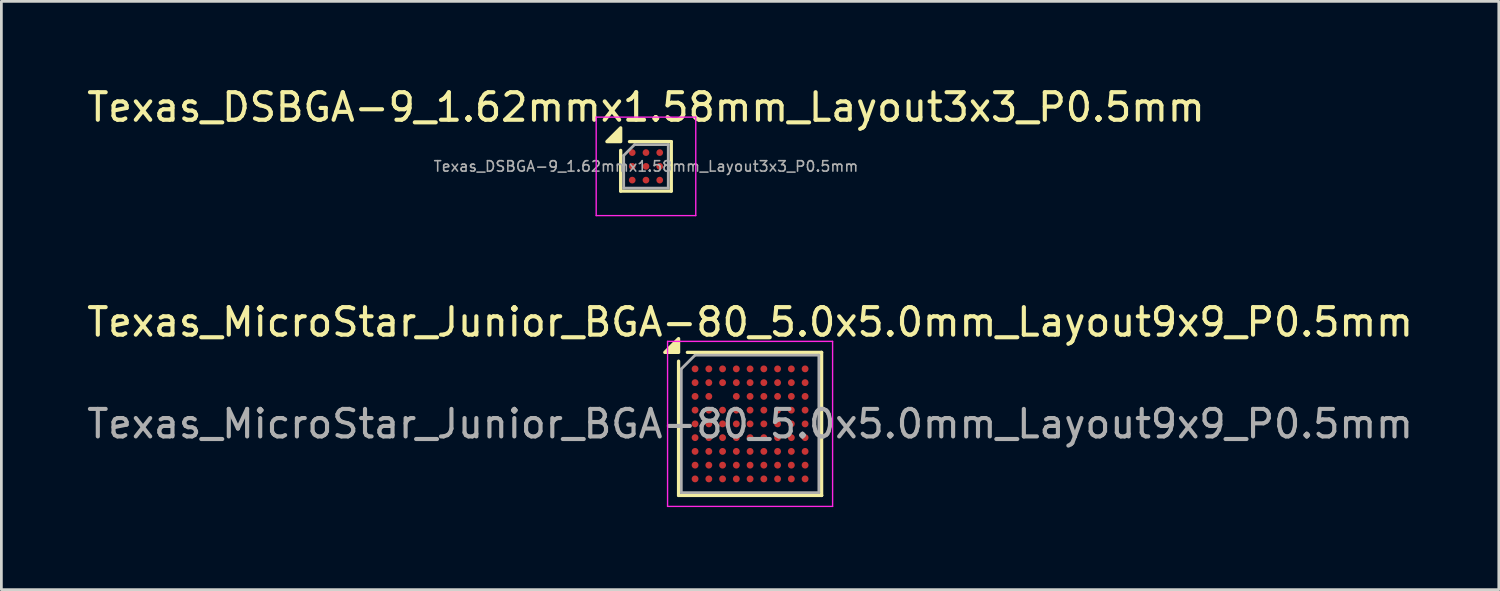
<source format=kicad_pcb>
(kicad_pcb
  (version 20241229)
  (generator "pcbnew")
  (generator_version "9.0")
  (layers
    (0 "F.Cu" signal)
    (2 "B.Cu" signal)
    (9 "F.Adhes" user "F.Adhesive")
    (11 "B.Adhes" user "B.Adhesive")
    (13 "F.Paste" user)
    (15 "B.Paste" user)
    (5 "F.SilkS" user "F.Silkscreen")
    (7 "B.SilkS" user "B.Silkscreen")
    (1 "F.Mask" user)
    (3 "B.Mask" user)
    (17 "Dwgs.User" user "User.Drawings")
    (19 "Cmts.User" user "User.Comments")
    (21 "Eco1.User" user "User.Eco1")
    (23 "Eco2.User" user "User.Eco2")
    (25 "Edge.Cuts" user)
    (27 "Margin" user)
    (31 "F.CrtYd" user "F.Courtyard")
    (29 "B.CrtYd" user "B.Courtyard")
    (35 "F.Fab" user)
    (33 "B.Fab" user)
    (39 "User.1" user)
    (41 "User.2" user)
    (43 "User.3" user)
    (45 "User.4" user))
  (footprint "Texas_DSBGA-9_1.62mmx1.58mm_Layout3x3_P0.5mm"
    (layer "F.Cu")
    (at 20.435 2.998)
    (property "Reference" "Texas_DSBGA-9_1.62mmx1.58mm_Layout3x3_P0.5mm" (at 0 -2.15 0) (layer "F.SilkS") (effects (font (size 1 1) (thickness 0.15))))
    (attr smd)
    (fp_line (start -0.92 0.9) (end -0.92 -0.58) (stroke (width 0.12) (type solid)) (layer "F.SilkS"))
    (fp_line (start 0.92 -0.9) (end -0.6 -0.9) (stroke (width 0.12) (type solid)) (layer "F.SilkS"))
    (fp_line (start 0.92 -0.9) (end 0.92 0.9) (stroke (width 0.12) (type solid)) (layer "F.SilkS"))
    (fp_line (start 0.92 0.9) (end -0.92 0.9) (stroke (width 0.12) (type solid)) (layer "F.SilkS"))
    (fp_poly (pts (xy -0.92 -0.9) (xy -1.42 -0.9) (xy -0.92 -1.4) (xy -0.92 -0.9)) (stroke (width 0.12) (type solid)) (fill yes) (layer "F.SilkS"))
    (fp_line (start -1.81 -1.79) (end -1.81 1.79) (stroke (width 0.05) (type solid)) (layer "F.CrtYd"))
    (fp_line (start -1.81 1.79) (end 1.81 1.79) (stroke (width 0.05) (type solid)) (layer "F.CrtYd"))
    (fp_line (start 1.81 -1.79) (end -1.81 -1.79) (stroke (width 0.05) (type solid)) (layer "F.CrtYd"))
    (fp_line (start 1.81 1.79) (end 1.81 -1.79) (stroke (width 0.05) (type solid)) (layer "F.CrtYd"))
    (fp_line (start -0.81 -0.395) (end -0.415 -0.79) (stroke (width 0.1) (type solid)) (layer "F.Fab"))
    (fp_line (start -0.81 0.79) (end -0.81 -0.395) (stroke (width 0.1) (type solid)) (layer "F.Fab"))
    (fp_line (start -0.415 -0.79) (end 0.81 -0.79) (stroke (width 0.1) (type solid)) (layer "F.Fab"))
    (fp_line (start 0.81 -0.79) (end 0.81 0.79) (stroke (width 0.1) (type solid)) (layer "F.Fab"))
    (fp_line (start 0.81 0.79) (end -0.81 0.79) (stroke (width 0.1) (type solid)) (layer "F.Fab"))
    (fp_text user "${REFERENCE}" (at 0 0 0) (layer "F.Fab") (effects (font (size 0.38 0.38) (thickness 0.057))))
    (pad "A1" smd circle (at -0.5 -0.5) (size 0.245 0.245) (property pad_prop_bga) (layers "F.Cu" "F.Mask" "F.Paste"))
    (pad "A2" smd circle (at 0 -0.5) (size 0.245 0.245) (property pad_prop_bga) (layers "F.Cu" "F.Mask" "F.Paste"))
    (pad "A3" smd circle (at 0.5 -0.5) (size 0.245 0.245) (property pad_prop_bga) (layers "F.Cu" "F.Mask" "F.Paste"))
    (pad "B1" smd circle (at -0.5 0) (size 0.245 0.245) (property pad_prop_bga) (layers "F.Cu" "F.Mask" "F.Paste"))
    (pad "B2" smd circle (at 0 0) (size 0.245 0.245) (property pad_prop_bga) (layers "F.Cu" "F.Mask" "F.Paste"))
    (pad "B3" smd circle (at 0.5 0) (size 0.245 0.245) (property pad_prop_bga) (layers "F.Cu" "F.Mask" "F.Paste"))
    (pad "C1" smd circle (at -0.5 0.5) (size 0.245 0.245) (property pad_prop_bga) (layers "F.Cu" "F.Mask" "F.Paste"))
    (pad "C2" smd circle (at 0 0.5) (size 0.245 0.245) (property pad_prop_bga) (layers "F.Cu" "F.Mask" "F.Paste"))
    (pad "C3" smd circle (at 0.5 0.5) (size 0.245 0.245) (property pad_prop_bga) (layers "F.Cu" "F.Mask" "F.Paste")))
  (footprint "Texas_MicroStar_Junior_BGA-80_5.0x5.0mm_Layout9x9_P0.5mm"
    (layer "F.Cu")
    (at 24.22 12.361)
    (property "Reference" "Texas_MicroStar_Junior_BGA-80_5.0x5.0mm_Layout9x9_P0.5mm" (at 0 -3.7 0) (layer "F.SilkS") (effects (font (size 1 1) (thickness 0.15))))
    (attr smd)
    (fp_line (start -2.6 2.6) (end -2.6 -2.28) (stroke (width 0.12) (type solid)) (layer "F.SilkS"))
    (fp_line (start -2.28 -2.6) (end 2.6 -2.6) (stroke (width 0.12) (type solid)) (layer "F.SilkS"))
    (fp_line (start 2.6 -2.6) (end 2.6 2.6) (stroke (width 0.12) (type solid)) (layer "F.SilkS"))
    (fp_line (start 2.6 2.6) (end -2.6 2.6) (stroke (width 0.12) (type solid)) (layer "F.SilkS"))
    (fp_line (start 2.6 2.6) (end 2.6 2.6) (stroke (width 0.12) (type solid)) (layer "F.SilkS"))
    (fp_poly (pts (xy -2.6 -2.6) (xy -3.1 -2.6) (xy -2.6 -3.1) (xy -2.6 -2.6)) (stroke (width 0.12) (type solid)) (fill yes) (layer "F.SilkS"))
    (fp_line (start -3 -3) (end 3 -3) (stroke (width 0.05) (type solid)) (layer "F.CrtYd"))
    (fp_line (start -3 3) (end -3 -3) (stroke (width 0.05) (type solid)) (layer "F.CrtYd"))
    (fp_line (start 3 -3) (end 3 3) (stroke (width 0.05) (type solid)) (layer "F.CrtYd"))
    (fp_line (start 3 3) (end -3 3) (stroke (width 0.05) (type solid)) (layer "F.CrtYd"))
    (fp_line (start -2.5 2.5) (end -2.5 -2) (stroke (width 0.1) (type solid)) (layer "F.Fab"))
    (fp_line (start -2 -2.5) (end -2.5 -2) (stroke (width 0.1) (type solid)) (layer "F.Fab"))
    (fp_line (start -2 -2.5) (end 2.5 -2.5) (stroke (width 0.1) (type solid)) (layer "F.Fab"))
    (fp_line (start 2.5 -2.5) (end 2.5 2.5) (stroke (width 0.1) (type solid)) (layer "F.Fab"))
    (fp_line (start 2.5 2.5) (end -2.5 2.5) (stroke (width 0.1) (type solid)) (layer "F.Fab"))
    (fp_text user "${REFERENCE}" (at 0 0 0) (layer "F.Fab") (effects (font (size 1 1) (thickness 0.15))))
    (pad "A1" smd circle (at -2 -2) (size 0.25 0.25) (property pad_prop_bga) (layers "F.Cu" "F.Mask" "F.Paste"))
    (pad "A2" smd circle (at -1.5 -2) (size 0.25 0.25) (property pad_prop_bga) (layers "F.Cu" "F.Mask" "F.Paste"))
    (pad "A3" smd circle (at -1 -2) (size 0.25 0.25) (property pad_prop_bga) (layers "F.Cu" "F.Mask" "F.Paste"))
    (pad "A4" smd circle (at -0.5 -2) (size 0.25 0.25) (property pad_prop_bga) (layers "F.Cu" "F.Mask" "F.Paste"))
    (pad "A5" smd circle (at 0 -2) (size 0.25 0.25) (property pad_prop_bga) (layers "F.Cu" "F.Mask" "F.Paste"))
    (pad "A6" smd circle (at 0.5 -2) (size 0.25 0.25) (property pad_prop_bga) (layers "F.Cu" "F.Mask" "F.Paste"))
    (pad "A7" smd circle (at 1 -2) (size 0.25 0.25) (property pad_prop_bga) (layers "F.Cu" "F.Mask" "F.Paste"))
    (pad "A8" smd circle (at 1.5 -2) (size 0.25 0.25) (property pad_prop_bga) (layers "F.Cu" "F.Mask" "F.Paste"))
    (pad "A9" smd circle (at 2 -2) (size 0.25 0.25) (property pad_prop_bga) (layers "F.Cu" "F.Mask" "F.Paste"))
    (pad "B1" smd circle (at -2 -1.5) (size 0.25 0.25) (property pad_prop_bga) (layers "F.Cu" "F.Mask" "F.Paste"))
    (pad "B2" smd circle (at -1.5 -1.5) (size 0.25 0.25) (property pad_prop_bga) (layers "F.Cu" "F.Mask" "F.Paste"))
    (pad "B3" smd circle (at -1 -1.5) (size 0.25 0.25) (property pad_prop_bga) (layers "F.Cu" "F.Mask" "F.Paste"))
    (pad "B4" smd circle (at -0.5 -1.5) (size 0.25 0.25) (property pad_prop_bga) (layers "F.Cu" "F.Mask" "F.Paste"))
    (pad "B5" smd circle (at 0 -1.5) (size 0.25 0.25) (property pad_prop_bga) (layers "F.Cu" "F.Mask" "F.Paste"))
    (pad "B6" smd circle (at 0.5 -1.5) (size 0.25 0.25) (property pad_prop_bga) (layers "F.Cu" "F.Mask" "F.Paste"))
    (pad "B7" smd circle (at 1 -1.5) (size 0.25 0.25) (property pad_prop_bga) (layers "F.Cu" "F.Mask" "F.Paste"))
    (pad "B8" smd circle (at 1.5 -1.5) (size 0.25 0.25) (property pad_prop_bga) (layers "F.Cu" "F.Mask" "F.Paste"))
    (pad "B9" smd circle (at 2 -1.5) (size 0.25 0.25) (property pad_prop_bga) (layers "F.Cu" "F.Mask" "F.Paste"))
    (pad "C1" smd circle (at -2 -1) (size 0.25 0.25) (property pad_prop_bga) (layers "F.Cu" "F.Mask" "F.Paste"))
    (pad "C2" smd circle (at -1.5 -1) (size 0.25 0.25) (property pad_prop_bga) (layers "F.Cu" "F.Mask" "F.Paste"))
    (pad "C4" smd circle (at -0.5 -1) (size 0.25 0.25) (property pad_prop_bga) (layers "F.Cu" "F.Mask" "F.Paste"))
    (pad "C5" smd circle (at 0 -1) (size 0.25 0.25) (property pad_prop_bga) (layers "F.Cu" "F.Mask" "F.Paste"))
    (pad "C6" smd circle (at 0.5 -1) (size 0.25 0.25) (property pad_prop_bga) (layers "F.Cu" "F.Mask" "F.Paste"))
    (pad "C7" smd circle (at 1 -1) (size 0.25 0.25) (property pad_prop_bga) (layers "F.Cu" "F.Mask" "F.Paste"))
    (pad "C8" smd circle (at 1.5 -1) (size 0.25 0.25) (property pad_prop_bga) (layers "F.Cu" "F.Mask" "F.Paste"))
    (pad "C9" smd circle (at 2 -1) (size 0.25 0.25) (property pad_prop_bga) (layers "F.Cu" "F.Mask" "F.Paste"))
    (pad "D1" smd circle (at -2 -0.5) (size 0.25 0.25) (property pad_prop_bga) (layers "F.Cu" "F.Mask" "F.Paste"))
    (pad "D2" smd circle (at -1.5 -0.5) (size 0.25 0.25) (property pad_prop_bga) (layers "F.Cu" "F.Mask" "F.Paste"))
    (pad "D3" smd circle (at -1 -0.5) (size 0.25 0.25) (property pad_prop_bga) (layers "F.Cu" "F.Mask" "F.Paste"))
    (pad "D4" smd circle (at -0.5 -0.5) (size 0.25 0.25) (property pad_prop_bga) (layers "F.Cu" "F.Mask" "F.Paste"))
    (pad "D5" smd circle (at 0 -0.5) (size 0.25 0.25) (property pad_prop_bga) (layers "F.Cu" "F.Mask" "F.Paste"))
    (pad "D6" smd circle (at 0.5 -0.5) (size 0.25 0.25) (property pad_prop_bga) (layers "F.Cu" "F.Mask" "F.Paste"))
    (pad "D7" smd circle (at 1 -0.5) (size 0.25 0.25) (property pad_prop_bga) (layers "F.Cu" "F.Mask" "F.Paste"))
    (pad "D8" smd circle (at 1.5 -0.5) (size 0.25 0.25) (property pad_prop_bga) (layers "F.Cu" "F.Mask" "F.Paste"))
    (pad "D9" smd circle (at 2 -0.5) (size 0.25 0.25) (property pad_prop_bga) (layers "F.Cu" "F.Mask" "F.Paste"))
    (pad "E1" smd circle (at -2 0) (size 0.25 0.25) (property pad_prop_bga) (layers "F.Cu" "F.Mask" "F.Paste"))
    (pad "E2" smd circle (at -1.5 0) (size 0.25 0.25) (property pad_prop_bga) (layers "F.Cu" "F.Mask" "F.Paste"))
    (pad "E3" smd circle (at -1 0) (size 0.25 0.25) (property pad_prop_bga) (layers "F.Cu" "F.Mask" "F.Paste"))
    (pad "E4" smd circle (at -0.5 0) (size 0.25 0.25) (property pad_prop_bga) (layers "F.Cu" "F.Mask" "F.Paste"))
    (pad "E5" smd circle (at 0 0) (size 0.25 0.25) (property pad_prop_bga) (layers "F.Cu" "F.Mask" "F.Paste"))
    (pad "E6" smd circle (at 0.5 0) (size 0.25 0.25) (property pad_prop_bga) (layers "F.Cu" "F.Mask" "F.Paste"))
    (pad "E7" smd circle (at 1 0) (size 0.25 0.25) (property pad_prop_bga) (layers "F.Cu" "F.Mask" "F.Paste"))
    (pad "E8" smd circle (at 1.5 0) (size 0.25 0.25) (property pad_prop_bga) (layers "F.Cu" "F.Mask" "F.Paste"))
    (pad "E9" smd circle (at 2 0) (size 0.25 0.25) (property pad_prop_bga) (layers "F.Cu" "F.Mask" "F.Paste"))
    (pad "F1" smd circle (at -2 0.5) (size 0.25 0.25) (property pad_prop_bga) (layers "F.Cu" "F.Mask" "F.Paste"))
    (pad "F2" smd circle (at -1.5 0.5) (size 0.25 0.25) (property pad_prop_bga) (layers "F.Cu" "F.Mask" "F.Paste"))
    (pad "F3" smd circle (at -1 0.5) (size 0.25 0.25) (property pad_prop_bga) (layers "F.Cu" "F.Mask" "F.Paste"))
    (pad "F4" smd circle (at -0.5 0.5) (size 0.25 0.25) (property pad_prop_bga) (layers "F.Cu" "F.Mask" "F.Paste"))
    (pad "F5" smd circle (at 0 0.5) (size 0.25 0.25) (property pad_prop_bga) (layers "F.Cu" "F.Mask" "F.Paste"))
    (pad "F6" smd circle (at 0.5 0.5) (size 0.25 0.25) (property pad_prop_bga) (layers "F.Cu" "F.Mask" "F.Paste"))
    (pad "F7" smd circle (at 1 0.5) (size 0.25 0.25) (property pad_prop_bga) (layers "F.Cu" "F.Mask" "F.Paste"))
    (pad "F8" smd circle (at 1.5 0.5) (size 0.25 0.25) (property pad_prop_bga) (layers "F.Cu" "F.Mask" "F.Paste"))
    (pad "F9" smd circle (at 2 0.5) (size 0.25 0.25) (property pad_prop_bga) (layers "F.Cu" "F.Mask" "F.Paste"))
    (pad "G1" smd circle (at -2 1) (size 0.25 0.25) (property pad_prop_bga) (layers "F.Cu" "F.Mask" "F.Paste"))
    (pad "G2" smd circle (at -1.5 1) (size 0.25 0.25) (property pad_prop_bga) (layers "F.Cu" "F.Mask" "F.Paste"))
    (pad "G3" smd circle (at -1 1) (size 0.25 0.25) (property pad_prop_bga) (layers "F.Cu" "F.Mask" "F.Paste"))
    (pad "G4" smd circle (at -0.5 1) (size 0.25 0.25) (property pad_prop_bga) (layers "F.Cu" "F.Mask" "F.Paste"))
    (pad "G5" smd circle (at 0 1) (size 0.25 0.25) (property pad_prop_bga) (layers "F.Cu" "F.Mask" "F.Paste"))
    (pad "G6" smd circle (at 0.5 1) (size 0.25 0.25) (property pad_prop_bga) (layers "F.Cu" "F.Mask" "F.Paste"))
    (pad "G7" smd circle (at 1 1) (size 0.25 0.25) (property pad_prop_bga) (layers "F.Cu" "F.Mask" "F.Paste"))
    (pad "G8" smd circle (at 1.5 1) (size 0.25 0.25) (property pad_prop_bga) (layers "F.Cu" "F.Mask" "F.Paste"))
    (pad "G9" smd circle (at 2 1) (size 0.25 0.25) (property pad_prop_bga) (layers "F.Cu" "F.Mask" "F.Paste"))
    (pad "H1" smd circle (at -2 1.5) (size 0.25 0.25) (property pad_prop_bga) (layers "F.Cu" "F.Mask" "F.Paste"))
    (pad "H2" smd circle (at -1.5 1.5) (size 0.25 0.25) (property pad_prop_bga) (layers "F.Cu" "F.Mask" "F.Paste"))
    (pad "H3" smd circle (at -1 1.5) (size 0.25 0.25) (property pad_prop_bga) (layers "F.Cu" "F.Mask" "F.Paste"))
    (pad "H4" smd circle (at -0.5 1.5) (size 0.25 0.25) (property pad_prop_bga) (layers "F.Cu" "F.Mask" "F.Paste"))
    (pad "H5" smd circle (at 0 1.5) (size 0.25 0.25) (property pad_prop_bga) (layers "F.Cu" "F.Mask" "F.Paste"))
    (pad "H6" smd circle (at 0.5 1.5) (size 0.25 0.25) (property pad_prop_bga) (layers "F.Cu" "F.Mask" "F.Paste"))
    (pad "H7" smd circle (at 1 1.5) (size 0.25 0.25) (property pad_prop_bga) (layers "F.Cu" "F.Mask" "F.Paste"))
    (pad "H8" smd circle (at 1.5 1.5) (size 0.25 0.25) (property pad_prop_bga) (layers "F.Cu" "F.Mask" "F.Paste"))
    (pad "H9" smd circle (at 2 1.5) (size 0.25 0.25) (property pad_prop_bga) (layers "F.Cu" "F.Mask" "F.Paste"))
    (pad "J1" smd circle (at -2 2) (size 0.25 0.25) (property pad_prop_bga) (layers "F.Cu" "F.Mask" "F.Paste"))
    (pad "J2" smd circle (at -1.5 2) (size 0.25 0.25) (property pad_prop_bga) (layers "F.Cu" "F.Mask" "F.Paste"))
    (pad "J3" smd circle (at -1 2) (size 0.25 0.25) (property pad_prop_bga) (layers "F.Cu" "F.Mask" "F.Paste"))
    (pad "J4" smd circle (at -0.5 2) (size 0.25 0.25) (property pad_prop_bga) (layers "F.Cu" "F.Mask" "F.Paste"))
    (pad "J5" smd circle (at 0 2) (size 0.25 0.25) (property pad_prop_bga) (layers "F.Cu" "F.Mask" "F.Paste"))
    (pad "J6" smd circle (at 0.5 2) (size 0.25 0.25) (property pad_prop_bga) (layers "F.Cu" "F.Mask" "F.Paste"))
    (pad "J7" smd circle (at 1 2) (size 0.25 0.25) (property pad_prop_bga) (layers "F.Cu" "F.Mask" "F.Paste"))
    (pad "J8" smd circle (at 1.5 2) (size 0.25 0.25) (property pad_prop_bga) (layers "F.Cu" "F.Mask" "F.Paste"))
    (pad "J9" smd circle (at 2 2) (size 0.25 0.25) (property pad_prop_bga) (layers "F.Cu" "F.Mask" "F.Paste")))
  (gr_rect
    (start -3 -3)
    (end 51.44 18.387)
    (stroke (width 0.1) (type default))
    (fill no)
    (layer "Edge.Cuts")))
</source>
